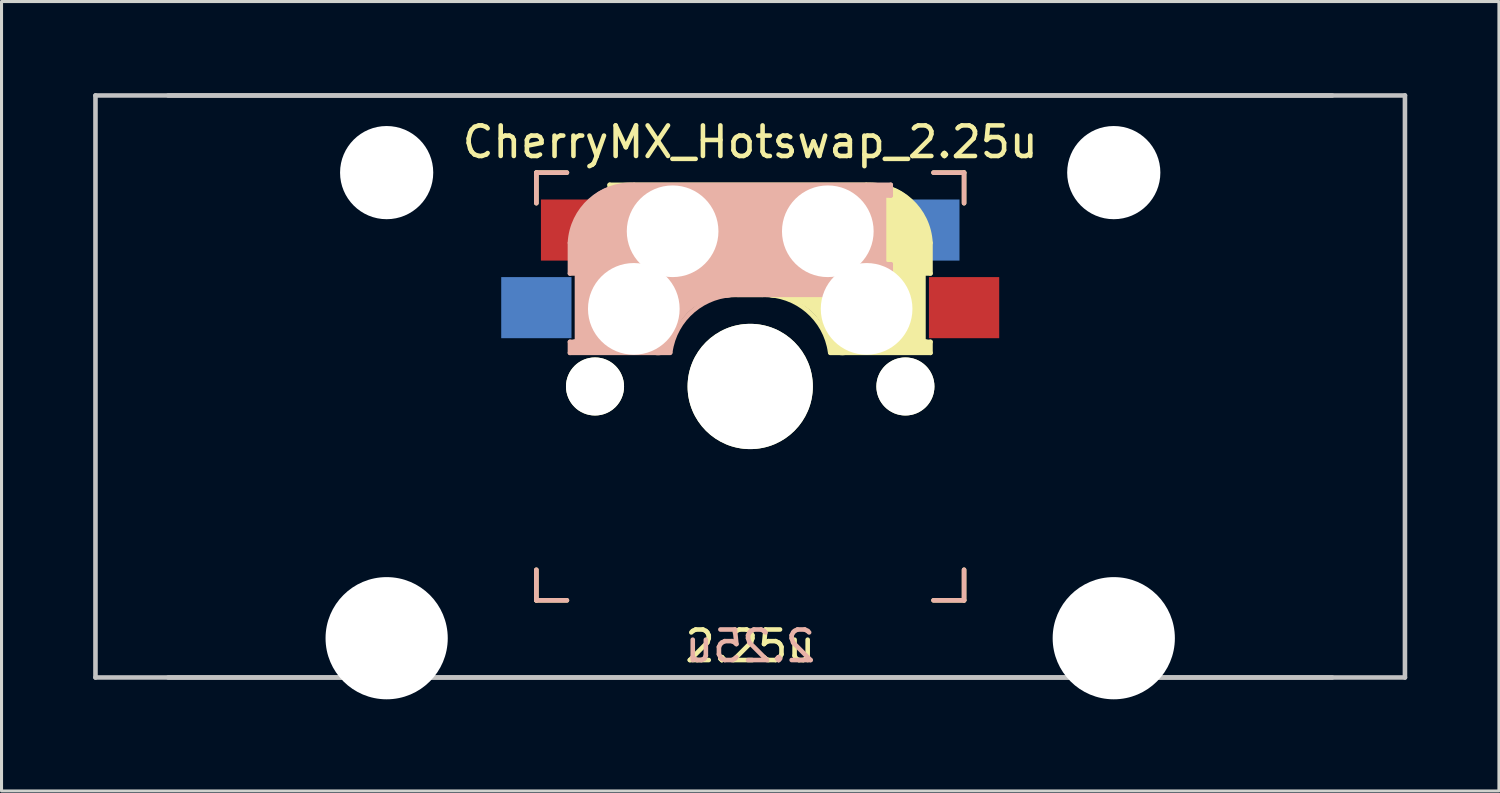
<source format=kicad_pcb>
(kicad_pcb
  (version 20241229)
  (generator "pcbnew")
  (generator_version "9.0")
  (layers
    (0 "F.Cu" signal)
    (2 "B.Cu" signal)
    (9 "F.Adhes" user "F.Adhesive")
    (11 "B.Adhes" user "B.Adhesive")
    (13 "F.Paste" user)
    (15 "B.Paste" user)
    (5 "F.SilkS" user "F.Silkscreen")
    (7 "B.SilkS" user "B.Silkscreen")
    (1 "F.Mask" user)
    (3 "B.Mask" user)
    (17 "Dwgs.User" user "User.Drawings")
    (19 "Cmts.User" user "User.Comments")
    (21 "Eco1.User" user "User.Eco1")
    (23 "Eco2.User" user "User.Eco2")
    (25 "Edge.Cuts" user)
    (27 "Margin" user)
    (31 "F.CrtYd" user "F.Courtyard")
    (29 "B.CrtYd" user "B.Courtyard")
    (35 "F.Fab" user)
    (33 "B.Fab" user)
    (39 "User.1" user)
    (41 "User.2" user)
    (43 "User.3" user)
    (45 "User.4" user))
  (footprint "CherryMX_Hotswap_2.25u"
    (layer "F.Cu")
    (at 21.506 9.6)
    (property "Reference" "CherryMX_Hotswap_2.25u" (at 0 -8 0) (layer "F.SilkS") (effects (font (size 1 1) (thickness 0.15))))
    (attr through_hole)
    (fp_line (start -7 -7) (end -6 -7) (stroke (width 0.15) (type solid)) (layer "F.SilkS"))
    (fp_line (start -7 -6) (end -7 -7) (stroke (width 0.15) (type solid)) (layer "F.SilkS"))
    (fp_line (start -7 6) (end -7 7) (stroke (width 0.15) (type solid)) (layer "F.SilkS"))
    (fp_line (start -7 7) (end -6 7) (stroke (width 0.15) (type solid)) (layer "F.SilkS"))
    (fp_line (start -4.6 -6.6) (end 3.8 -6.6) (stroke (width 0.15) (type solid)) (layer "F.SilkS"))
    (fp_line (start -4.6 -6.25) (end -4.6 -6.6) (stroke (width 0.15) (type solid)) (layer "F.SilkS"))
    (fp_line (start -4.6 -4) (end -4.4 -4) (stroke (width 0.15) (type solid)) (layer "F.SilkS"))
    (fp_line (start -4.6 -3) (end -4.6 -4) (stroke (width 0.15) (type solid)) (layer "F.SilkS"))
    (fp_line (start -4.4 -6.4) (end -3 -6.4) (stroke (width 0.4) (type solid)) (layer "F.SilkS"))
    (fp_line (start -4.4 -6.25) (end -4.6 -6.25) (stroke (width 0.15) (type solid)) (layer "F.SilkS"))
    (fp_line (start -4.4 -3.9) (end -4.4 -3.2) (stroke (width 0.4) (type solid)) (layer "F.SilkS"))
    (fp_line (start -4.38 -4) (end -4.38 -6.25) (stroke (width 0.15) (type solid)) (layer "F.SilkS"))
    (fp_line (start -4.3 -3.3) (end -2.9 -3.3) (stroke (width 0.5) (type solid)) (layer "F.SilkS"))
    (fp_line (start -3.9 -6) (end -3.9 -3.5) (stroke (width 1) (type solid)) (layer "F.SilkS"))
    (fp_line (start -2.6 -4.8) (end 4.1 -4.8) (stroke (width 3.5) (type solid)) (layer "F.SilkS"))
    (fp_line (start 0.4 -3) (end -4.6 -3) (stroke (width 0.15) (type solid)) (layer "F.SilkS"))
    (fp_line (start 4.17 -5.1) (end 4.17 -2.86) (stroke (width 3) (type solid)) (layer "F.SilkS"))
    (fp_line (start 5.3 -1.6) (end 5.3 -3.4) (stroke (width 0.8) (type solid)) (layer "F.SilkS"))
    (fp_line (start 5.67 -3.7) (end 5.67 -1.46) (stroke (width 0.15) (type solid)) (layer "F.SilkS"))
    (fp_line (start 5.7 -1.46) (end 5.9 -1.46) (stroke (width 0.15) (type solid)) (layer "F.SilkS"))
    (fp_line (start 5.7 -1.3) (end 3 -1.3) (stroke (width 0.5) (type solid)) (layer "F.SilkS"))
    (fp_line (start 5.8 -3.8) (end 5.8 -4.7) (stroke (width 0.3) (type solid)) (layer "F.SilkS"))
    (fp_line (start 5.9 -4.7) (end 5.9 -3.7) (stroke (width 0.15) (type solid)) (layer "F.SilkS"))
    (fp_line (start 5.9 -3.7) (end 5.7 -3.7) (stroke (width 0.15) (type solid)) (layer "F.SilkS"))
    (fp_line (start 5.9 -1.1) (end 2.62 -1.1) (stroke (width 0.15) (type solid)) (layer "F.SilkS"))
    (fp_line (start 5.9 -1.1) (end 5.9 -1.46) (stroke (width 0.15) (type solid)) (layer "F.SilkS"))
    (fp_line (start 6 7) (end 7 7) (stroke (width 0.15) (type solid)) (layer "F.SilkS"))
    (fp_line (start 7 -7) (end 6 -7) (stroke (width 0.15) (type solid)) (layer "F.SilkS"))
    (fp_line (start 7 -7) (end 7 -6) (stroke (width 0.15) (type solid)) (layer "F.SilkS"))
    (fp_line (start 7 7) (end 7 6) (stroke (width 0.15) (type solid)) (layer "F.SilkS"))
    (fp_arc (start 0.4 -3) (mid 1.868709 -2.486118) (end 2.616318 -1.121471) (stroke (width 0.15) (type solid)) (layer "F.SilkS"))
    (fp_arc (start 0.8 -3.4) (mid 2.268709 -2.886118) (end 3.016318 -1.521471) (stroke (width 1) (type solid)) (layer "F.SilkS"))
    (fp_arc (start 3.8 -6.600001) (mid 5.243504 -6.084925) (end 5.900001 -4.7) (stroke (width 0.15) (type solid)) (layer "F.SilkS"))
    (fp_line (start -7 -7) (end -6 -7) (stroke (width 0.15) (type solid)) (layer "B.SilkS"))
    (fp_line (start -7 -6) (end -7 -7) (stroke (width 0.15) (type solid)) (layer "B.SilkS"))
    (fp_line (start -7 6) (end -7 7) (stroke (width 0.15) (type solid)) (layer "B.SilkS"))
    (fp_line (start -7 7) (end -6 7) (stroke (width 0.15) (type solid)) (layer "B.SilkS"))
    (fp_line (start -5.9 -4.7) (end -5.9 -3.7) (stroke (width 0.15) (type solid)) (layer "B.SilkS"))
    (fp_line (start -5.9 -3.7) (end -5.7 -3.7) (stroke (width 0.15) (type solid)) (layer "B.SilkS"))
    (fp_line (start -5.9 -1.1) (end -5.9 -1.46) (stroke (width 0.15) (type solid)) (layer "B.SilkS"))
    (fp_line (start -5.9 -1.1) (end -2.62 -1.1) (stroke (width 0.15) (type solid)) (layer "B.SilkS"))
    (fp_line (start -5.8 -3.8) (end -5.8 -4.7) (stroke (width 0.3) (type solid)) (layer "B.SilkS"))
    (fp_line (start -5.7 -1.46) (end -5.9 -1.46) (stroke (width 0.15) (type solid)) (layer "B.SilkS"))
    (fp_line (start -5.7 -1.3) (end -3 -1.3) (stroke (width 0.5) (type solid)) (layer "B.SilkS"))
    (fp_line (start -5.67 -3.7) (end -5.67 -1.46) (stroke (width 0.15) (type solid)) (layer "B.SilkS"))
    (fp_line (start -5.3 -1.6) (end -5.3 -3.4) (stroke (width 0.8) (type solid)) (layer "B.SilkS"))
    (fp_line (start -4.17 -5.1) (end -4.17 -2.86) (stroke (width 3) (type solid)) (layer "B.SilkS"))
    (fp_line (start -0.4 -3) (end 4.6 -3) (stroke (width 0.15) (type solid)) (layer "B.SilkS"))
    (fp_line (start 2.6 -4.8) (end -4.1 -4.8) (stroke (width 3.5) (type solid)) (layer "B.SilkS"))
    (fp_line (start 3.9 -6) (end 3.9 -3.5) (stroke (width 1) (type solid)) (layer "B.SilkS"))
    (fp_line (start 4.3 -3.3) (end 2.9 -3.3) (stroke (width 0.5) (type solid)) (layer "B.SilkS"))
    (fp_line (start 4.38 -4) (end 4.38 -6.25) (stroke (width 0.15) (type solid)) (layer "B.SilkS"))
    (fp_line (start 4.4 -6.4) (end 3 -6.4) (stroke (width 0.4) (type solid)) (layer "B.SilkS"))
    (fp_line (start 4.4 -6.25) (end 4.6 -6.25) (stroke (width 0.15) (type solid)) (layer "B.SilkS"))
    (fp_line (start 4.4 -3.9) (end 4.4 -3.2) (stroke (width 0.4) (type solid)) (layer "B.SilkS"))
    (fp_line (start 4.6 -6.6) (end -3.8 -6.6) (stroke (width 0.15) (type solid)) (layer "B.SilkS"))
    (fp_line (start 4.6 -6.25) (end 4.6 -6.6) (stroke (width 0.15) (type solid)) (layer "B.SilkS"))
    (fp_line (start 4.6 -4) (end 4.4 -4) (stroke (width 0.15) (type solid)) (layer "B.SilkS"))
    (fp_line (start 4.6 -3) (end 4.6 -4) (stroke (width 0.15) (type solid)) (layer "B.SilkS"))
    (fp_line (start 6 7) (end 7 7) (stroke (width 0.15) (type solid)) (layer "B.SilkS"))
    (fp_line (start 7 -7) (end 6 -7) (stroke (width 0.15) (type solid)) (layer "B.SilkS"))
    (fp_line (start 7 -7) (end 7 -6) (stroke (width 0.15) (type solid)) (layer "B.SilkS"))
    (fp_line (start 7 7) (end 7 6) (stroke (width 0.15) (type solid)) (layer "B.SilkS"))
    (fp_arc (start -5.9 -4.699999) (mid -5.243504 -6.084924) (end -3.800001 -6.6) (stroke (width 0.15) (type solid)) (layer "B.SilkS"))
    (fp_arc (start -3.016318 -1.521471) (mid -2.268709 -2.886118) (end -0.8 -3.4) (stroke (width 1) (type solid)) (layer "B.SilkS"))
    (fp_arc (start -2.616318 -1.121471) (mid -1.868709 -2.486118) (end -0.4 -3) (stroke (width 0.15) (type solid)) (layer "B.SilkS"))
    (fp_line (start -21.431 -9.525) (end 21.431 -9.525) (stroke (width 0.15) (type solid)) (layer "Dwgs.User"))
    (fp_line (start -21.431 9.525) (end -21.431 -9.525) (stroke (width 0.15) (type solid)) (layer "Dwgs.User"))
    (fp_line (start -19.05 -9.525) (end 19.05 -9.525) (stroke (width 0.15) (type solid)) (layer "Dwgs.User"))
    (fp_line (start 19.05 9.525) (end -19.05 9.525) (stroke (width 0.15) (type solid)) (layer "Dwgs.User"))
    (fp_line (start 21.431 -9.525) (end 21.431 9.525) (stroke (width 0.15) (type solid)) (layer "Dwgs.User"))
    (fp_line (start 21.431 9.525) (end -21.431 9.525) (stroke (width 0.15) (type solid)) (layer "Dwgs.User"))
    (fp_text user "2.25u" (at 0 8.5 0) (layer "F.SilkS") (effects (font (size 1 1) (thickness 0.15))))
    (fp_text user "2.25u" (at 0 8.5 0) (layer "B.SilkS") (effects (font (size 1 1) (thickness 0.15)) (justify mirror)))
    (pad "" np_thru_hole circle (at -11.9 -7) (size 3.05 3.05) (drill 3.05) (layers "*.Cu" "*.Mask"))
    (pad "" np_thru_hole circle (at -11.9 8.24) (size 4 4) (drill 4) (layers "*.Cu" "*.Mask"))
    (pad "" np_thru_hole circle (at -5.08 0) (size 1.9 1.9) (drill 1.9) (layers "*.Cu" "*.Mask" "F.SilkS"))
    (pad "" np_thru_hole circle (at -3.81 -2.54 180) (size 3 3) (drill 3) (layers "*.Cu" "*.Mask"))
    (pad "" np_thru_hole circle (at -2.54 -5.08 180) (size 3 3) (drill 3) (layers "*.Cu" "*.Mask"))
    (pad "" np_thru_hole circle (at 0 0 90) (size 4.1 4.1) (drill 4.1) (layers "*.Cu" "*.Mask" "F.SilkS"))
    (pad "" np_thru_hole circle (at 2.54 -5.08 180) (size 3 3) (drill 3) (layers "*.Cu" "*.Mask"))
    (pad "" np_thru_hole circle (at 3.81 -2.54 180) (size 3 3) (drill 3) (layers "*.Cu" "*.Mask"))
    (pad "" np_thru_hole circle (at 5.08 0) (size 1.9 1.9) (drill 1.9) (layers "*.Cu" "*.Mask" "F.SilkS"))
    (pad "" np_thru_hole circle (at 11.9 -7) (size 3.05 3.05) (drill 3.05) (layers "*.Cu" "*.Mask"))
    (pad "" np_thru_hole circle (at 11.9 8.24) (size 4 4) (drill 4) (layers "*.Cu" "*.Mask"))
    (pad "1" smd rect (at -7 -2.58 180) (size 2.3 2) (layers "B.Cu" "B.Mask" "B.Paste"))
    (pad "1" smd rect (at 7 -2.58 180) (size 2.3 2) (layers "F.Cu" "F.Mask" "F.Paste"))
    (pad "2" smd rect (at -5.7 -5.12 180) (size 2.3 2) (layers "F.Cu" "F.Mask" "F.Paste"))
    (pad "2" smd rect (at 5.7 -5.12 180) (size 2.3 2) (layers "B.Cu" "B.Mask" "B.Paste")))
  (gr_rect
    (start -3 -3)
    (end 46.013 22.84)
    (stroke (width 0.1) (type default))
    (fill no)
    (layer "Edge.Cuts")))
</source>
